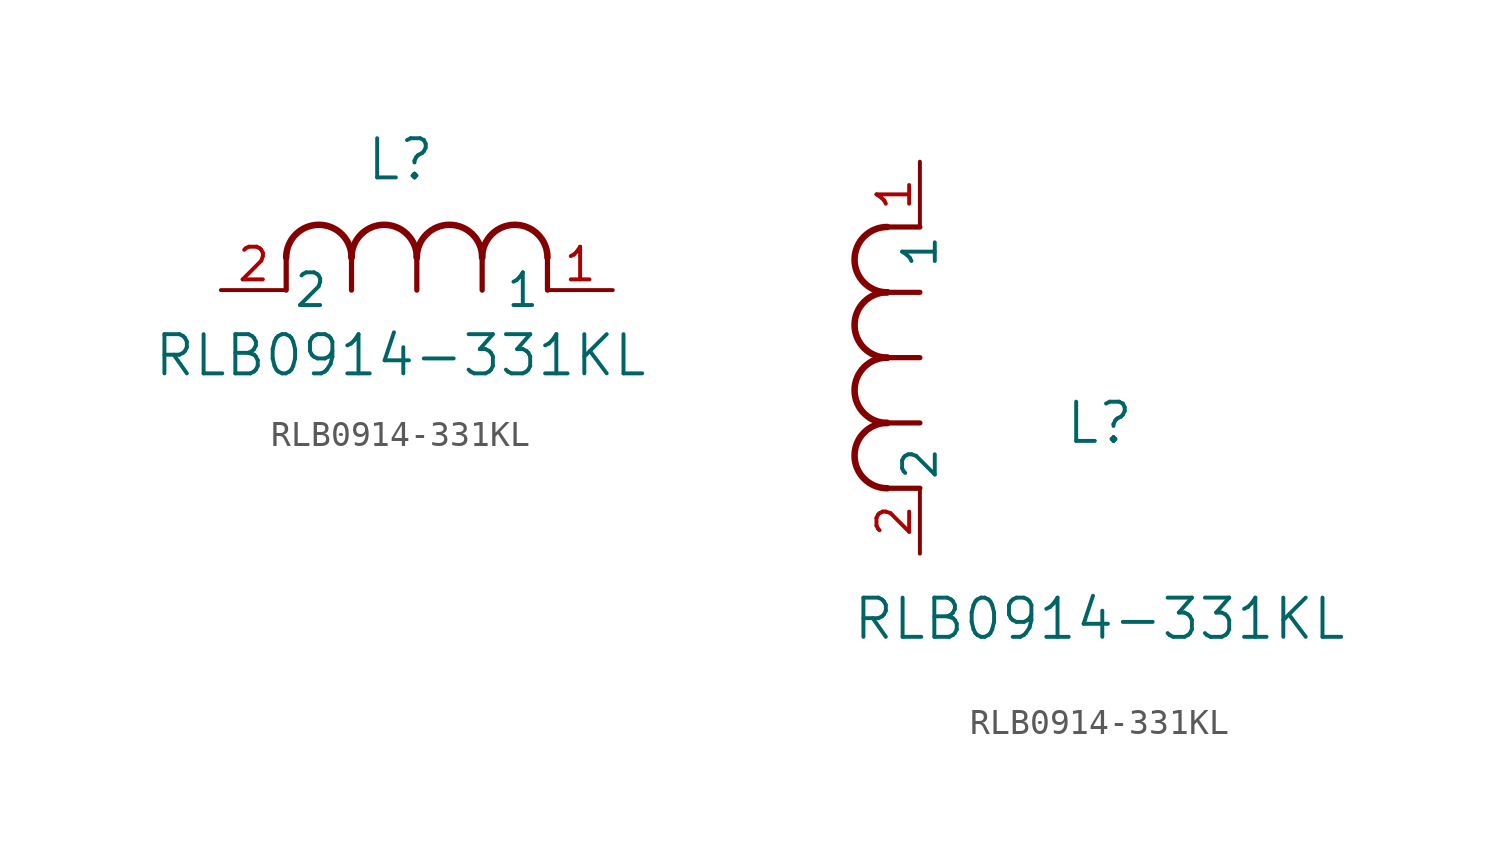
<source format=kicad_sym>
(kicad_symbol_lib
  (version 20211014)
  (generator kicad_symbol_editor)
  (symbol "RLB0914-331KL"
    (pin_names
      (offset 0.254))
    (property "Reference" "L"
      (at 6.985 5.08 0)
      (effects (font (size 1.524 1.524))))
    (property "Value" "RLB0914-331KL"
      (at 6.985 -2.54 0)
      (effects (font (size 1.524 1.524))))
    (symbol "RLB0914-331KL_1_1"
      (arc (start 7.62 1.27) (mid 6.35 2.54) (end 5.08 1.27) (stroke (width 0.254) (type default) (color 0 0 0 0)) (fill (type none)))
      (polyline (pts (xy 5.08 0) (xy 5.08 1.27)) (stroke (width 0.203) (type default) (color 0 0 0 0)) (fill (type none)))
      (polyline (pts (xy 7.62 0) (xy 7.62 1.27)) (stroke (width 0.203) (type default) (color 0 0 0 0)) (fill (type none)))
      (polyline (pts (xy 12.7 0) (xy 12.7 1.27)) (stroke (width 0.203) (type default) (color 0 0 0 0)) (fill (type none)))
      (arc (start 5.08 1.27) (mid 3.81 2.54) (end 2.54 1.27) (stroke (width 0.254) (type default) (color 0 0 0 0)) (fill (type none)))
      (arc (start 10.16 1.27) (mid 8.89 2.54) (end 7.62 1.27) (stroke (width 0.254) (type default) (color 0 0 0 0)) (fill (type none)))
      (arc (start 12.7 1.27) (mid 11.43 2.54) (end 10.16 1.27) (stroke (width 0.254) (type default) (color 0 0 0 0)) (fill (type none)))
      (polyline (pts (xy 2.54 0) (xy 2.54 1.27)) (stroke (width 0.203) (type default) (color 0 0 0 0)) (fill (type none)))
      (polyline (pts (xy 10.16 0) (xy 10.16 1.27)) (stroke (width 0.203) (type default) (color 0 0 0 0)) (fill (type none)))
      (pin unspecified line (at 0 0 0) (length 2.54) (name "2" (effects (font (size 1.27 1.27)))) (number "2" (effects (font (size 1.27 1.27)))))
      (pin unspecified line (at 15.24 0 180) (length 2.54) (name "1" (effects (font (size 1.27 1.27)))) (number "1" (effects (font (size 1.27 1.27))))))
    (symbol "RLB0914-331KL_1_2"
      (arc (start -1.27 7.62) (mid -2.54 6.35) (end -1.27 5.08) (stroke (width 0.254) (type default) (color 0 0 0 0)) (fill (type none)))
      (arc (start -1.27 5.08) (mid -2.54 3.81) (end -1.27 2.54) (stroke (width 0.254) (type default) (color 0 0 0 0)) (fill (type none)))
      (arc (start -1.27 12.7) (mid -2.54 11.43) (end -1.27 10.16) (stroke (width 0.254) (type default) (color 0 0 0 0)) (fill (type none)))
      (arc (start -1.27 10.16) (mid -2.54 8.89) (end -1.27 7.62) (stroke (width 0.254) (type default) (color 0 0 0 0)) (fill (type none)))
      (polyline (pts (xy 0 7.62) (xy -1.27 7.62)) (stroke (width 0.203) (type default) (color 0 0 0 0)) (fill (type none)))
      (polyline (pts (xy 0 5.08) (xy -1.27 5.08)) (stroke (width 0.203) (type default) (color 0 0 0 0)) (fill (type none)))
      (polyline (pts (xy 0 12.7) (xy -1.27 12.7)) (stroke (width 0.203) (type default) (color 0 0 0 0)) (fill (type none)))
      (polyline (pts (xy 0 2.54) (xy -1.27 2.54)) (stroke (width 0.203) (type default) (color 0 0 0 0)) (fill (type none)))
      (polyline (pts (xy 0 10.16) (xy -1.27 10.16)) (stroke (width 0.203) (type default) (color 0 0 0 0)) (fill (type none)))
      (pin unspecified line (at 0 0 90) (length 2.54) (name "2" (effects (font (size 1.27 1.27)))) (number "2" (effects (font (size 1.27 1.27)))))
      (pin unspecified line (at 0 15.24 270) (length 2.54) (name "1" (effects (font (size 1.27 1.27)))) (number "1" (effects (font (size 1.27 1.27))))))))
</source>
